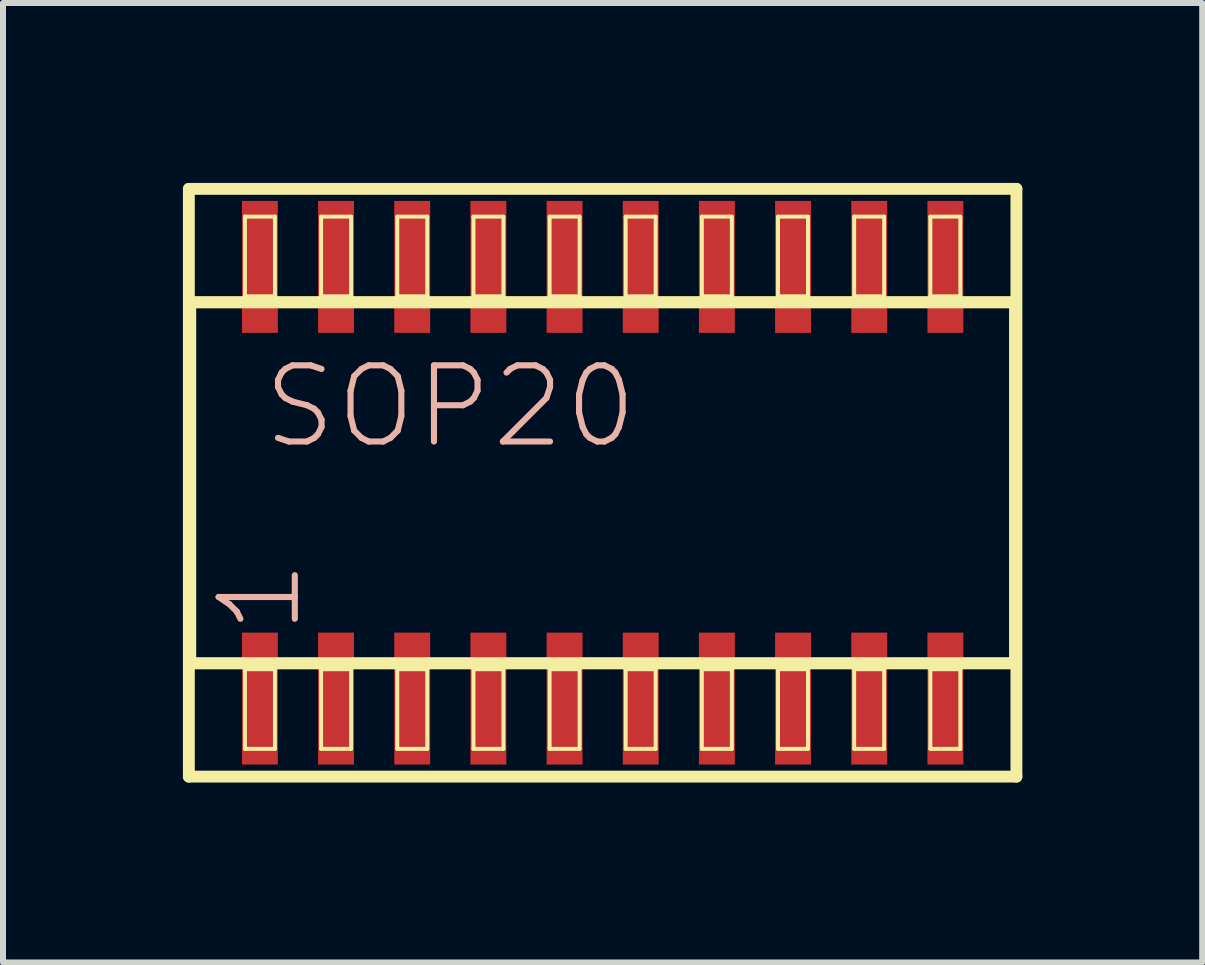
<source format=kicad_pcb>
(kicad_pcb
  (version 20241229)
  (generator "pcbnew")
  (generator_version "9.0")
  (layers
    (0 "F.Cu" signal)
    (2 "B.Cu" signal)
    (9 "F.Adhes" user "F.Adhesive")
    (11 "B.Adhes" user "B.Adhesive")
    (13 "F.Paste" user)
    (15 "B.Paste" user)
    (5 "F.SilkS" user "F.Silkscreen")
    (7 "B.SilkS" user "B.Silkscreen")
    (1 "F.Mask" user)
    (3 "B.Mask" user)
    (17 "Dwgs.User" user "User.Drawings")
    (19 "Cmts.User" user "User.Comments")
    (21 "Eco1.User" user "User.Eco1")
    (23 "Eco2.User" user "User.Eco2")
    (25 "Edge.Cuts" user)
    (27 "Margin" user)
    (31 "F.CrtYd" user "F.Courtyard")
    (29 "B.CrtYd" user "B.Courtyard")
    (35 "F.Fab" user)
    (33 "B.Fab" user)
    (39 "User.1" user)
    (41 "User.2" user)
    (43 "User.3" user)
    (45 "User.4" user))
  (footprint "SOP20"
    (layer "F.Cu")
    (at 6.998 4.999)
    (property "Reference" "SOP20" (at -2.54 -1.27 0) (layer "B.SilkS") (effects (font (size 1.27 1.27) (thickness 0.102))))
    (attr smd)
    (fp_line (start -6.899 -4.9) (end 6.899 -4.9) (stroke (width 0.198) (type solid)) (layer "F.SilkS"))
    (fp_line (start -6.899 4.9) (end -6.899 -4.9) (stroke (width 0.198) (type solid)) (layer "F.SilkS"))
    (fp_line (start -6.878 -3.01) (end 6.878 -3.01) (stroke (width 0.203) (type solid)) (layer "F.SilkS"))
    (fp_line (start -6.878 3.01) (end -6.878 -3.01) (stroke (width 0.203) (type solid)) (layer "F.SilkS"))
    (fp_line (start -5.964 -4.437) (end -5.464 -4.437) (stroke (width 0.066) (type solid)) (layer "F.SilkS"))
    (fp_line (start -5.964 -3.109) (end -5.964 -4.437) (stroke (width 0.066) (type solid)) (layer "F.SilkS"))
    (fp_line (start -5.964 -3.109) (end -5.464 -3.109) (stroke (width 0.066) (type solid)) (layer "F.SilkS"))
    (fp_line (start -5.964 3.109) (end -5.464 3.109) (stroke (width 0.066) (type solid)) (layer "F.SilkS"))
    (fp_line (start -5.964 4.437) (end -5.964 3.109) (stroke (width 0.066) (type solid)) (layer "F.SilkS"))
    (fp_line (start -5.964 4.437) (end -5.464 4.437) (stroke (width 0.066) (type solid)) (layer "F.SilkS"))
    (fp_line (start -5.464 -3.109) (end -5.464 -4.437) (stroke (width 0.066) (type solid)) (layer "F.SilkS"))
    (fp_line (start -5.464 4.437) (end -5.464 3.109) (stroke (width 0.066) (type solid)) (layer "F.SilkS"))
    (fp_line (start -4.694 -4.437) (end -4.194 -4.437) (stroke (width 0.066) (type solid)) (layer "F.SilkS"))
    (fp_line (start -4.694 -3.109) (end -4.694 -4.437) (stroke (width 0.066) (type solid)) (layer "F.SilkS"))
    (fp_line (start -4.694 -3.109) (end -4.194 -3.109) (stroke (width 0.066) (type solid)) (layer "F.SilkS"))
    (fp_line (start -4.694 3.109) (end -4.194 3.109) (stroke (width 0.066) (type solid)) (layer "F.SilkS"))
    (fp_line (start -4.694 4.437) (end -4.694 3.109) (stroke (width 0.066) (type solid)) (layer "F.SilkS"))
    (fp_line (start -4.694 4.437) (end -4.194 4.437) (stroke (width 0.066) (type solid)) (layer "F.SilkS"))
    (fp_line (start -4.194 -3.109) (end -4.194 -4.437) (stroke (width 0.066) (type solid)) (layer "F.SilkS"))
    (fp_line (start -4.194 4.437) (end -4.194 3.109) (stroke (width 0.066) (type solid)) (layer "F.SilkS"))
    (fp_line (start -3.424 -4.437) (end -2.924 -4.437) (stroke (width 0.066) (type solid)) (layer "F.SilkS"))
    (fp_line (start -3.424 -3.109) (end -3.424 -4.437) (stroke (width 0.066) (type solid)) (layer "F.SilkS"))
    (fp_line (start -3.424 -3.109) (end -2.924 -3.109) (stroke (width 0.066) (type solid)) (layer "F.SilkS"))
    (fp_line (start -3.424 3.109) (end -2.924 3.109) (stroke (width 0.066) (type solid)) (layer "F.SilkS"))
    (fp_line (start -3.424 4.437) (end -3.424 3.109) (stroke (width 0.066) (type solid)) (layer "F.SilkS"))
    (fp_line (start -3.424 4.437) (end -2.924 4.437) (stroke (width 0.066) (type solid)) (layer "F.SilkS"))
    (fp_line (start -2.924 -3.109) (end -2.924 -4.437) (stroke (width 0.066) (type solid)) (layer "F.SilkS"))
    (fp_line (start -2.924 4.437) (end -2.924 3.109) (stroke (width 0.066) (type solid)) (layer "F.SilkS"))
    (fp_line (start -2.154 -4.437) (end -1.654 -4.437) (stroke (width 0.066) (type solid)) (layer "F.SilkS"))
    (fp_line (start -2.154 -3.109) (end -2.154 -4.437) (stroke (width 0.066) (type solid)) (layer "F.SilkS"))
    (fp_line (start -2.154 -3.109) (end -1.654 -3.109) (stroke (width 0.066) (type solid)) (layer "F.SilkS"))
    (fp_line (start -2.154 3.109) (end -1.654 3.109) (stroke (width 0.066) (type solid)) (layer "F.SilkS"))
    (fp_line (start -2.154 4.437) (end -2.154 3.109) (stroke (width 0.066) (type solid)) (layer "F.SilkS"))
    (fp_line (start -2.154 4.437) (end -1.654 4.437) (stroke (width 0.066) (type solid)) (layer "F.SilkS"))
    (fp_line (start -1.654 -3.109) (end -1.654 -4.437) (stroke (width 0.066) (type solid)) (layer "F.SilkS"))
    (fp_line (start -1.654 4.437) (end -1.654 3.109) (stroke (width 0.066) (type solid)) (layer "F.SilkS"))
    (fp_line (start -0.884 -4.437) (end -0.384 -4.437) (stroke (width 0.066) (type solid)) (layer "F.SilkS"))
    (fp_line (start -0.884 -3.109) (end -0.884 -4.437) (stroke (width 0.066) (type solid)) (layer "F.SilkS"))
    (fp_line (start -0.884 -3.109) (end -0.384 -3.109) (stroke (width 0.066) (type solid)) (layer "F.SilkS"))
    (fp_line (start -0.884 3.109) (end -0.384 3.109) (stroke (width 0.066) (type solid)) (layer "F.SilkS"))
    (fp_line (start -0.884 4.437) (end -0.884 3.109) (stroke (width 0.066) (type solid)) (layer "F.SilkS"))
    (fp_line (start -0.884 4.437) (end -0.384 4.437) (stroke (width 0.066) (type solid)) (layer "F.SilkS"))
    (fp_line (start -0.384 -3.109) (end -0.384 -4.437) (stroke (width 0.066) (type solid)) (layer "F.SilkS"))
    (fp_line (start -0.384 4.437) (end -0.384 3.109) (stroke (width 0.066) (type solid)) (layer "F.SilkS"))
    (fp_line (start 0.384 -4.437) (end 0.884 -4.437) (stroke (width 0.066) (type solid)) (layer "F.SilkS"))
    (fp_line (start 0.384 -3.109) (end 0.384 -4.437) (stroke (width 0.066) (type solid)) (layer "F.SilkS"))
    (fp_line (start 0.384 -3.109) (end 0.884 -3.109) (stroke (width 0.066) (type solid)) (layer "F.SilkS"))
    (fp_line (start 0.384 3.109) (end 0.884 3.109) (stroke (width 0.066) (type solid)) (layer "F.SilkS"))
    (fp_line (start 0.384 4.437) (end 0.384 3.109) (stroke (width 0.066) (type solid)) (layer "F.SilkS"))
    (fp_line (start 0.384 4.437) (end 0.884 4.437) (stroke (width 0.066) (type solid)) (layer "F.SilkS"))
    (fp_line (start 0.884 -3.109) (end 0.884 -4.437) (stroke (width 0.066) (type solid)) (layer "F.SilkS"))
    (fp_line (start 0.884 4.437) (end 0.884 3.109) (stroke (width 0.066) (type solid)) (layer "F.SilkS"))
    (fp_line (start 1.654 -4.437) (end 2.154 -4.437) (stroke (width 0.066) (type solid)) (layer "F.SilkS"))
    (fp_line (start 1.654 -3.109) (end 1.654 -4.437) (stroke (width 0.066) (type solid)) (layer "F.SilkS"))
    (fp_line (start 1.654 -3.109) (end 2.154 -3.109) (stroke (width 0.066) (type solid)) (layer "F.SilkS"))
    (fp_line (start 1.654 3.109) (end 2.154 3.109) (stroke (width 0.066) (type solid)) (layer "F.SilkS"))
    (fp_line (start 1.654 4.437) (end 1.654 3.109) (stroke (width 0.066) (type solid)) (layer "F.SilkS"))
    (fp_line (start 1.654 4.437) (end 2.154 4.437) (stroke (width 0.066) (type solid)) (layer "F.SilkS"))
    (fp_line (start 2.154 -3.109) (end 2.154 -4.437) (stroke (width 0.066) (type solid)) (layer "F.SilkS"))
    (fp_line (start 2.154 4.437) (end 2.154 3.109) (stroke (width 0.066) (type solid)) (layer "F.SilkS"))
    (fp_line (start 2.924 -4.437) (end 3.424 -4.437) (stroke (width 0.066) (type solid)) (layer "F.SilkS"))
    (fp_line (start 2.924 -3.109) (end 2.924 -4.437) (stroke (width 0.066) (type solid)) (layer "F.SilkS"))
    (fp_line (start 2.924 -3.109) (end 3.424 -3.109) (stroke (width 0.066) (type solid)) (layer "F.SilkS"))
    (fp_line (start 2.924 3.109) (end 3.424 3.109) (stroke (width 0.066) (type solid)) (layer "F.SilkS"))
    (fp_line (start 2.924 4.437) (end 2.924 3.109) (stroke (width 0.066) (type solid)) (layer "F.SilkS"))
    (fp_line (start 2.924 4.437) (end 3.424 4.437) (stroke (width 0.066) (type solid)) (layer "F.SilkS"))
    (fp_line (start 3.424 -3.109) (end 3.424 -4.437) (stroke (width 0.066) (type solid)) (layer "F.SilkS"))
    (fp_line (start 3.424 4.437) (end 3.424 3.109) (stroke (width 0.066) (type solid)) (layer "F.SilkS"))
    (fp_line (start 4.194 -4.437) (end 4.694 -4.437) (stroke (width 0.066) (type solid)) (layer "F.SilkS"))
    (fp_line (start 4.194 -3.109) (end 4.194 -4.437) (stroke (width 0.066) (type solid)) (layer "F.SilkS"))
    (fp_line (start 4.194 -3.109) (end 4.694 -3.109) (stroke (width 0.066) (type solid)) (layer "F.SilkS"))
    (fp_line (start 4.194 3.109) (end 4.694 3.109) (stroke (width 0.066) (type solid)) (layer "F.SilkS"))
    (fp_line (start 4.194 4.437) (end 4.194 3.109) (stroke (width 0.066) (type solid)) (layer "F.SilkS"))
    (fp_line (start 4.194 4.437) (end 4.694 4.437) (stroke (width 0.066) (type solid)) (layer "F.SilkS"))
    (fp_line (start 4.694 -3.109) (end 4.694 -4.437) (stroke (width 0.066) (type solid)) (layer "F.SilkS"))
    (fp_line (start 4.694 4.437) (end 4.694 3.109) (stroke (width 0.066) (type solid)) (layer "F.SilkS"))
    (fp_line (start 5.464 -4.437) (end 5.964 -4.437) (stroke (width 0.066) (type solid)) (layer "F.SilkS"))
    (fp_line (start 5.464 -3.109) (end 5.464 -4.437) (stroke (width 0.066) (type solid)) (layer "F.SilkS"))
    (fp_line (start 5.464 -3.109) (end 5.964 -3.109) (stroke (width 0.066) (type solid)) (layer "F.SilkS"))
    (fp_line (start 5.464 3.109) (end 5.964 3.109) (stroke (width 0.066) (type solid)) (layer "F.SilkS"))
    (fp_line (start 5.464 4.437) (end 5.464 3.109) (stroke (width 0.066) (type solid)) (layer "F.SilkS"))
    (fp_line (start 5.464 4.437) (end 5.964 4.437) (stroke (width 0.066) (type solid)) (layer "F.SilkS"))
    (fp_line (start 5.964 -3.109) (end 5.964 -4.437) (stroke (width 0.066) (type solid)) (layer "F.SilkS"))
    (fp_line (start 5.964 4.437) (end 5.964 3.109) (stroke (width 0.066) (type solid)) (layer "F.SilkS"))
    (fp_line (start 6.878 -3.01) (end 6.878 3.01) (stroke (width 0.203) (type solid)) (layer "F.SilkS"))
    (fp_line (start 6.878 3.01) (end -6.878 3.01) (stroke (width 0.203) (type solid)) (layer "F.SilkS"))
    (fp_line (start 6.899 -4.9) (end 6.899 4.9) (stroke (width 0.198) (type solid)) (layer "F.SilkS"))
    (fp_line (start 6.899 4.9) (end -6.899 4.9) (stroke (width 0.198) (type solid)) (layer "F.SilkS"))
    (fp_text user "1" (at -5.715 1.905 90) (layer "B.SilkS") (effects (font (size 1.27 1.27) (thickness 0.102))))
    (pad "1" smd rect (at -5.715 3.599) (size 0.599 2.2) (layers "F.Cu" "F.Mask" "F.Paste"))
    (pad "2" smd rect (at -4.445 3.599) (size 0.599 2.2) (layers "F.Cu" "F.Mask" "F.Paste"))
    (pad "3" smd rect (at -3.175 3.599) (size 0.599 2.2) (layers "F.Cu" "F.Mask" "F.Paste"))
    (pad "4" smd rect (at -1.905 3.599) (size 0.599 2.2) (layers "F.Cu" "F.Mask" "F.Paste"))
    (pad "5" smd rect (at -0.635 3.599) (size 0.599 2.2) (layers "F.Cu" "F.Mask" "F.Paste"))
    (pad "6" smd rect (at 0.635 3.599) (size 0.599 2.2) (layers "F.Cu" "F.Mask" "F.Paste"))
    (pad "7" smd rect (at 1.905 3.599) (size 0.599 2.2) (layers "F.Cu" "F.Mask" "F.Paste"))
    (pad "8" smd rect (at 3.175 3.599) (size 0.599 2.2) (layers "F.Cu" "F.Mask" "F.Paste"))
    (pad "9" smd rect (at 4.445 3.599) (size 0.599 2.2) (layers "F.Cu" "F.Mask" "F.Paste"))
    (pad "10" smd rect (at 5.715 3.599) (size 0.599 2.2) (layers "F.Cu" "F.Mask" "F.Paste"))
    (pad "11" smd rect (at 5.715 -3.599) (size 0.599 2.2) (layers "F.Cu" "F.Mask" "F.Paste"))
    (pad "12" smd rect (at 4.445 -3.599) (size 0.599 2.2) (layers "F.Cu" "F.Mask" "F.Paste"))
    (pad "13" smd rect (at 3.175 -3.599) (size 0.599 2.2) (layers "F.Cu" "F.Mask" "F.Paste"))
    (pad "14" smd rect (at 1.905 -3.599) (size 0.599 2.2) (layers "F.Cu" "F.Mask" "F.Paste"))
    (pad "15" smd rect (at 0.635 -3.599) (size 0.599 2.2) (layers "F.Cu" "F.Mask" "F.Paste"))
    (pad "16" smd rect (at -0.635 -3.599) (size 0.599 2.2) (layers "F.Cu" "F.Mask" "F.Paste"))
    (pad "17" smd rect (at -1.905 -3.599) (size 0.599 2.2) (layers "F.Cu" "F.Mask" "F.Paste"))
    (pad "18" smd rect (at -3.175 -3.599) (size 0.599 2.2) (layers "F.Cu" "F.Mask" "F.Paste"))
    (pad "19" smd rect (at -4.445 -3.599) (size 0.599 2.2) (layers "F.Cu" "F.Mask" "F.Paste"))
    (pad "20" smd rect (at -5.715 -3.599) (size 0.599 2.2) (layers "F.Cu" "F.Mask" "F.Paste")))
  (gr_rect
    (start -3 -3)
    (end 16.995 12.997)
    (stroke (width 0.1) (type default))
    (fill no)
    (layer "Edge.Cuts")))
</source>
